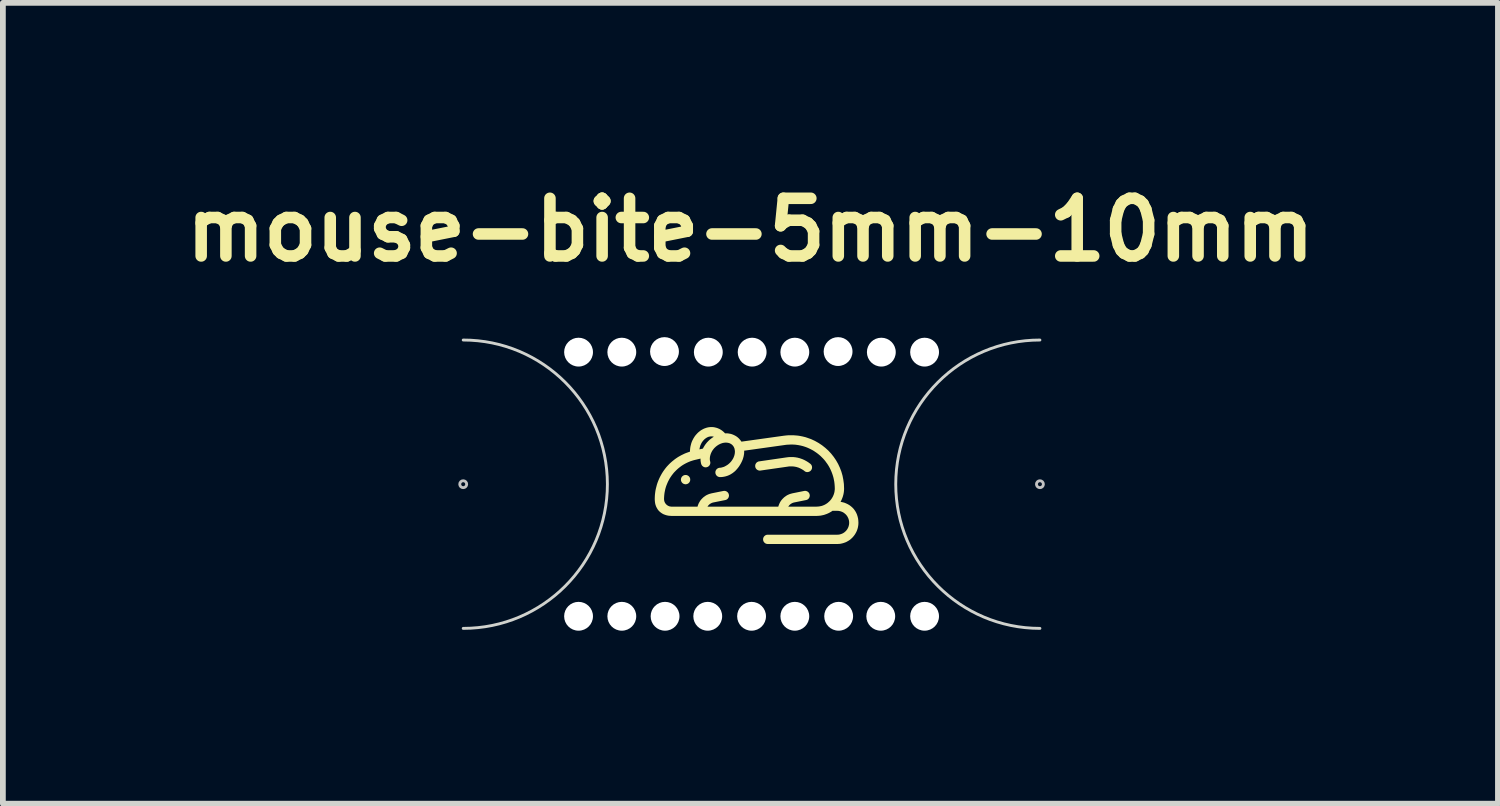
<source format=kicad_pcb>
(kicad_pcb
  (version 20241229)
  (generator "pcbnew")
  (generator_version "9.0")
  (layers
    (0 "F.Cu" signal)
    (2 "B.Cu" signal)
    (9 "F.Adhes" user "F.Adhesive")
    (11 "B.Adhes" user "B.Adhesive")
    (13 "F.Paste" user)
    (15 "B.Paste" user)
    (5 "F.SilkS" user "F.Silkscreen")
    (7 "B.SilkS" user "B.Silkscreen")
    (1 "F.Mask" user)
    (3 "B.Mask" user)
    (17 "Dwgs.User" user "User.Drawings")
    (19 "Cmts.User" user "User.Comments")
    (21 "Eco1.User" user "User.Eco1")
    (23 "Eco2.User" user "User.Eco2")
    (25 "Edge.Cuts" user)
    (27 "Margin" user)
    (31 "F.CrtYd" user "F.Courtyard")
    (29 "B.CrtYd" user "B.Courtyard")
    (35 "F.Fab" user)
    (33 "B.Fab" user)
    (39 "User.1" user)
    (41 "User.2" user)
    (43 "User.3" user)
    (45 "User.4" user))
  (footprint "mouse-bite-5mm-10mm"
    (layer "F.Cu")
    (at 9.982 5.346)
    (property "Reference" "mouse-bite-5mm-10mm" (at -0.02 -4.41 0) (layer "F.SilkS") (effects (font (size 1 1) (thickness 0.2))))
    (attr through_hole)
    (fp_poly (pts (xy -1.14 -0.16) (xy -1.136 -0.16) (xy -1.132 -0.159) (xy -1.128 -0.158) (xy -1.124 -0.158) (xy -1.12 -0.156) (xy -1.116 -0.155) (xy -1.113 -0.154) (xy -1.109 -0.152) (xy -1.106 -0.15) (xy -1.102 -0.148) (xy -1.099 -0.146) (xy -1.096 -0.144) (xy -1.093 -0.142) (xy -1.09 -0.139) (xy -1.087 -0.136) (xy -1.085 -0.134) (xy -1.082 -0.131) (xy -1.08 -0.128) (xy -1.077 -0.125) (xy -1.075 -0.121) (xy -1.073 -0.118) (xy -1.072 -0.114) (xy -1.07 -0.111) (xy -1.068 -0.107) (xy -1.067 -0.103) (xy -1.066 -0.1) (xy -1.065 -0.096) (xy -1.065 -0.092) (xy -1.064 -0.088) (xy -1.064 -0.084) (xy -1.064 -0.08) (xy -1.064 -0.075) (xy -1.064 -0.071) (xy -1.065 -0.067) (xy -1.065 -0.063) (xy -1.066 -0.059) (xy -1.067 -0.056) (xy -1.068 -0.052) (xy -1.07 -0.048) (xy -1.072 -0.045) (xy -1.073 -0.041) (xy -1.075 -0.038) (xy -1.077 -0.035) (xy -1.08 -0.031) (xy -1.082 -0.028) (xy -1.085 -0.025) (xy -1.087 -0.023) (xy -1.09 -0.02) (xy -1.093 -0.017) (xy -1.096 -0.015) (xy -1.099 -0.013) (xy -1.102 -0.011) (xy -1.106 -0.009) (xy -1.109 -0.007) (xy -1.113 -0.005) (xy -1.116 -0.004) (xy -1.12 -0.003) (xy -1.124 -0.002) (xy -1.128 -0.001) (xy -1.132 0.000097) (xy -1.136 0.001) (xy -1.14 0.001) (xy -1.144 0.001) (xy -1.148 0.001) (xy -1.152 0.001) (xy -1.156 0.000097) (xy -1.16 -0.001) (xy -1.164 -0.002) (xy -1.168 -0.003) (xy -1.172 -0.004) (xy -1.175 -0.005) (xy -1.179 -0.007) (xy -1.183 -0.009) (xy -1.186 -0.011) (xy -1.189 -0.013) (xy -1.192 -0.015) (xy -1.195 -0.017) (xy -1.198 -0.02) (xy -1.201 -0.023) (xy -1.204 -0.025) (xy -1.206 -0.028) (xy -1.209 -0.031) (xy -1.211 -0.035) (xy -1.213 -0.038) (xy -1.215 -0.041) (xy -1.217 -0.045) (xy -1.218 -0.048) (xy -1.22 -0.052) (xy -1.221 -0.056) (xy -1.222 -0.059) (xy -1.223 -0.063) (xy -1.224 -0.067) (xy -1.224 -0.071) (xy -1.225 -0.075) (xy -1.225 -0.08) (xy -1.225 -0.084) (xy -1.224 -0.088) (xy -1.224 -0.092) (xy -1.223 -0.096) (xy -1.222 -0.1) (xy -1.221 -0.103) (xy -1.22 -0.107) (xy -1.218 -0.111) (xy -1.217 -0.114) (xy -1.215 -0.118) (xy -1.213 -0.121) (xy -1.211 -0.125) (xy -1.209 -0.128) (xy -1.206 -0.131) (xy -1.204 -0.134) (xy -1.201 -0.136) (xy -1.198 -0.139) (xy -1.195 -0.142) (xy -1.192 -0.144) (xy -1.189 -0.146) (xy -1.186 -0.148) (xy -1.183 -0.15) (xy -1.179 -0.152) (xy -1.175 -0.154) (xy -1.172 -0.155) (xy -1.168 -0.156) (xy -1.164 -0.158) (xy -1.16 -0.158) (xy -1.156 -0.159) (xy -1.152 -0.16) (xy -1.148 -0.16) (xy -1.144 -0.16)) (stroke (width -0.000001) (type solid)) (fill yes) (layer "F.SilkS"))
    (fp_poly (pts (xy 0.699 -0.471) (xy 0.715 -0.471) (xy 0.73 -0.47) (xy 0.745 -0.468) (xy 0.76 -0.467) (xy 0.774 -0.464) (xy 0.789 -0.462) (xy 0.803 -0.459) (xy 0.817 -0.455) (xy 0.831 -0.452) (xy 0.845 -0.447) (xy 0.857 -0.443) (xy 0.868 -0.439) (xy 0.88 -0.435) (xy 0.891 -0.43) (xy 0.903 -0.425) (xy 0.914 -0.42) (xy 0.925 -0.414) (xy 0.936 -0.408) (xy 0.946 -0.403) (xy 0.957 -0.396) (xy 0.968 -0.39) (xy 0.978 -0.383) (xy 0.988 -0.377) (xy 0.998 -0.369) (xy 1.008 -0.362) (xy 1.018 -0.355) (xy 1.021 -0.352) (xy 1.024 -0.349) (xy 1.027 -0.346) (xy 1.03 -0.343) (xy 1.032 -0.34) (xy 1.035 -0.337) (xy 1.037 -0.334) (xy 1.039 -0.33) (xy 1.041 -0.327) (xy 1.042 -0.323) (xy 1.044 -0.32) (xy 1.045 -0.316) (xy 1.046 -0.312) (xy 1.047 -0.308) (xy 1.048 -0.305) (xy 1.048 -0.301) (xy 1.048 -0.297) (xy 1.049 -0.293) (xy 1.049 -0.289) (xy 1.048 -0.285) (xy 1.048 -0.282) (xy 1.047 -0.278) (xy 1.047 -0.274) (xy 1.046 -0.27) (xy 1.045 -0.266) (xy 1.043 -0.263) (xy 1.042 -0.259) (xy 1.04 -0.255) (xy 1.038 -0.252) (xy 1.036 -0.248) (xy 1.034 -0.245) (xy 1.031 -0.241) (xy 1.028 -0.238) (xy 1.025 -0.234) (xy 1.021 -0.231) (xy 1.018 -0.228) (xy 1.014 -0.225) (xy 1.01 -0.223) (xy 1.007 -0.221) (xy 1.003 -0.219) (xy 0.998 -0.217) (xy 0.994 -0.215) (xy 0.99 -0.214) (xy 0.986 -0.213) (xy 0.981 -0.212) (xy 0.977 -0.211) (xy 0.972 -0.211) (xy 0.968 -0.211) (xy 0.963 -0.211) (xy 0.959 -0.211) (xy 0.955 -0.211) (xy 0.952 -0.212) (xy 0.948 -0.213) (xy 0.945 -0.213) (xy 0.942 -0.214) (xy 0.939 -0.215) (xy 0.936 -0.216) (xy 0.934 -0.218) (xy 0.931 -0.219) (xy 0.928 -0.221) (xy 0.926 -0.222) (xy 0.923 -0.224) (xy 0.92 -0.226) (xy 0.918 -0.228) (xy 0.911 -0.234) (xy 0.904 -0.239) (xy 0.897 -0.244) (xy 0.889 -0.249) (xy 0.882 -0.253) (xy 0.875 -0.258) (xy 0.867 -0.262) (xy 0.86 -0.266) (xy 0.852 -0.27) (xy 0.844 -0.274) (xy 0.836 -0.278) (xy 0.828 -0.281) (xy 0.82 -0.285) (xy 0.812 -0.288) (xy 0.804 -0.291) (xy 0.795 -0.293) (xy 0.789 -0.295) (xy 0.783 -0.297) (xy 0.776 -0.299) (xy 0.77 -0.3) (xy 0.757 -0.303) (xy 0.743 -0.305) (xy 0.73 -0.307) (xy 0.716 -0.308) (xy 0.702 -0.309) (xy 0.687 -0.309) (xy 0.675 -0.309) (xy 0.665 -0.309) (xy 0.657 -0.309) (xy 0.651 -0.308) (xy 0.646 -0.308) (xy 0.641 -0.307) (xy 0.629 -0.305) (xy 0.155 -0.237) (xy 0.151 -0.236) (xy 0.147 -0.236) (xy 0.143 -0.236) (xy 0.139 -0.236) (xy 0.135 -0.236) (xy 0.131 -0.237) (xy 0.127 -0.238) (xy 0.123 -0.238) (xy 0.119 -0.24) (xy 0.115 -0.241) (xy 0.112 -0.242) (xy 0.108 -0.244) (xy 0.105 -0.246) (xy 0.101 -0.248) (xy 0.098 -0.25) (xy 0.095 -0.252) (xy 0.092 -0.254) (xy 0.089 -0.257) (xy 0.086 -0.26) (xy 0.084 -0.262) (xy 0.081 -0.265) (xy 0.079 -0.268) (xy 0.076 -0.272) (xy 0.074 -0.275) (xy 0.072 -0.278) (xy 0.071 -0.282) (xy 0.069 -0.285) (xy 0.067 -0.289) (xy 0.066 -0.293) (xy 0.065 -0.297) (xy 0.064 -0.301) (xy 0.064 -0.305) (xy 0.063 -0.309) (xy 0.063 -0.313) (xy 0.063 -0.317) (xy 0.063 -0.321) (xy 0.063 -0.325) (xy 0.064 -0.329) (xy 0.064 -0.333) (xy 0.065 -0.337) (xy 0.066 -0.341) (xy 0.068 -0.344) (xy 0.069 -0.348) (xy 0.071 -0.352) (xy 0.073 -0.355) (xy 0.074 -0.358) (xy 0.077 -0.362) (xy 0.079 -0.365) (xy 0.081 -0.368) (xy 0.084 -0.371) (xy 0.086 -0.374) (xy 0.089 -0.376) (xy 0.092 -0.379) (xy 0.095 -0.381) (xy 0.098 -0.383) (xy 0.102 -0.385) (xy 0.105 -0.387) (xy 0.109 -0.389) (xy 0.112 -0.391) (xy 0.116 -0.392) (xy 0.12 -0.394) (xy 0.124 -0.395) (xy 0.128 -0.396) (xy 0.132 -0.396) (xy 0.606 -0.465) (xy 0.622 -0.467) (xy 0.638 -0.469) (xy 0.653 -0.47) (xy 0.669 -0.471) (xy 0.684 -0.471)) (stroke (width -0.000001) (type solid)) (fill yes) (layer "F.SilkS"))
    (fp_poly (pts (xy -0.669 -0.99) (xy -0.651 -0.988) (xy -0.637 -0.985) (xy -0.624 -0.982) (xy -0.611 -0.979) (xy -0.597 -0.974) (xy -0.584 -0.97) (xy -0.572 -0.964) (xy -0.559 -0.959) (xy -0.547 -0.952) (xy -0.535 -0.945) (xy -0.524 -0.938) (xy -0.512 -0.93) (xy -0.501 -0.921) (xy -0.49 -0.912) (xy -0.48 -0.903) (xy -0.47 -0.893) (xy -0.46 -0.882) (xy -0.447 -0.882) (xy -0.433 -0.882) (xy -0.42 -0.882) (xy -0.407 -0.88) (xy -0.394 -0.879) (xy -0.381 -0.876) (xy -0.368 -0.874) (xy -0.355 -0.871) (xy -0.343 -0.867) (xy -0.331 -0.863) (xy -0.319 -0.858) (xy -0.307 -0.853) (xy -0.295 -0.847) (xy -0.284 -0.841) (xy -0.273 -0.835) (xy -0.262 -0.828) (xy -0.255 -0.823) (xy -0.249 -0.818) (xy -0.243 -0.814) (xy -0.237 -0.809) (xy -0.231 -0.803) (xy -0.225 -0.798) (xy -0.22 -0.793) (xy -0.214 -0.787) (xy -0.209 -0.781) (xy -0.204 -0.775) (xy -0.199 -0.769) (xy -0.194 -0.763) (xy -0.189 -0.757) (xy -0.184 -0.751) (xy -0.18 -0.744) (xy -0.176 -0.738) (xy 0.554 -0.84) (xy 0.58 -0.843) (xy 0.606 -0.846) (xy 0.632 -0.848) (xy 0.658 -0.849) (xy 0.684 -0.849) (xy 0.71 -0.849) (xy 0.736 -0.848) (xy 0.762 -0.846) (xy 0.787 -0.844) (xy 0.813 -0.841) (xy 0.838 -0.837) (xy 0.863 -0.832) (xy 0.888 -0.827) (xy 0.912 -0.821) (xy 0.936 -0.815) (xy 0.96 -0.807) (xy 1.031 -0.782) (xy 1.098 -0.751) (xy 1.162 -0.715) (xy 1.222 -0.675) (xy 1.279 -0.63) (xy 1.332 -0.582) (xy 1.381 -0.529) (xy 1.425 -0.473) (xy 1.465 -0.414) (xy 1.501 -0.351) (xy 1.531 -0.286) (xy 1.557 -0.218) (xy 1.577 -0.149) (xy 1.591 -0.077) (xy 1.601 -0.003) (xy 1.604 0.072) (xy 1.604 0.088) (xy 1.603 0.103) (xy 1.602 0.119) (xy 1.6 0.134) (xy 1.598 0.15) (xy 1.595 0.165) (xy 1.592 0.18) (xy 1.588 0.194) (xy 1.584 0.209) (xy 1.58 0.223) (xy 1.574 0.237) (xy 1.569 0.251) (xy 1.563 0.265) (xy 1.557 0.279) (xy 1.55 0.292) (xy 1.543 0.305) (xy 1.575 0.312) (xy 1.607 0.32) (xy 1.637 0.332) (xy 1.665 0.345) (xy 1.679 0.353) (xy 1.693 0.361) (xy 1.706 0.37) (xy 1.718 0.379) (xy 1.73 0.389) (xy 1.742 0.399) (xy 1.753 0.41) (xy 1.764 0.421) (xy 1.774 0.433) (xy 1.783 0.445) (xy 1.792 0.458) (xy 1.801 0.472) (xy 1.809 0.486) (xy 1.816 0.5) (xy 1.823 0.515) (xy 1.829 0.53) (xy 1.834 0.546) (xy 1.839 0.562) (xy 1.843 0.579) (xy 1.847 0.596) (xy 1.849 0.613) (xy 1.851 0.631) (xy 1.852 0.65) (xy 1.853 0.669) (xy 1.852 0.688) (xy 1.851 0.706) (xy 1.848 0.725) (xy 1.845 0.743) (xy 1.841 0.761) (xy 1.836 0.778) (xy 1.83 0.795) (xy 1.824 0.812) (xy 1.816 0.828) (xy 1.808 0.844) (xy 1.799 0.859) (xy 1.79 0.874) (xy 1.779 0.889) (xy 1.768 0.903) (xy 1.757 0.916) (xy 1.745 0.929) (xy 1.732 0.941) (xy 1.719 0.953) (xy 1.705 0.964) (xy 1.69 0.974) (xy 1.675 0.984) (xy 1.66 0.992) (xy 1.644 1.001) (xy 1.628 1.008) (xy 1.611 1.014) (xy 1.594 1.02) (xy 1.576 1.025) (xy 1.559 1.029) (xy 1.54 1.033) (xy 1.522 1.035) (xy 1.503 1.036) (xy 1.484 1.037) (xy 0.28 1.037) (xy 0.276 1.037) (xy 0.272 1.036) (xy 0.268 1.036) (xy 0.264 1.035) (xy 0.26 1.034) (xy 0.256 1.033) (xy 0.253 1.032) (xy 0.249 1.031) (xy 0.245 1.029) (xy 0.242 1.027) (xy 0.238 1.025) (xy 0.235 1.023) (xy 0.232 1.021) (xy 0.229 1.018) (xy 0.226 1.016) (xy 0.223 1.013) (xy 0.221 1.01) (xy 0.218 1.008) (xy 0.216 1.004) (xy 0.213 1.001) (xy 0.211 0.998) (xy 0.209 0.995) (xy 0.208 0.991) (xy 0.206 0.988) (xy 0.205 0.984) (xy 0.203 0.98) (xy 0.202 0.976) (xy 0.201 0.973) (xy 0.201 0.969) (xy 0.2 0.965) (xy 0.2 0.96) (xy 0.2 0.956) (xy 0.2 0.952) (xy 0.2 0.948) (xy 0.201 0.944) (xy 0.201 0.94) (xy 0.202 0.936) (xy 0.203 0.932) (xy 0.205 0.929) (xy 0.206 0.925) (xy 0.208 0.921) (xy 0.209 0.918) (xy 0.211 0.915) (xy 0.213 0.911) (xy 0.216 0.908) (xy 0.218 0.905) (xy 0.221 0.902) (xy 0.223 0.899) (xy 0.226 0.897) (xy 0.229 0.894) (xy 0.232 0.892) (xy 0.235 0.89) (xy 0.238 0.887) (xy 0.242 0.885) (xy 0.245 0.884) (xy 0.249 0.882) (xy 0.253 0.881) (xy 0.256 0.879) (xy 0.26 0.878) (xy 0.264 0.877) (xy 0.268 0.877) (xy 0.272 0.876) (xy 0.276 0.876) (xy 0.28 0.876) (xy 1.485 0.876) (xy 1.495 0.875) (xy 1.506 0.875) (xy 1.516 0.873) (xy 1.526 0.872) (xy 1.536 0.869) (xy 1.546 0.866) (xy 1.556 0.863) (xy 1.565 0.859) (xy 1.575 0.855) (xy 1.583 0.851) (xy 1.592 0.846) (xy 1.601 0.84) (xy 1.609 0.835) (xy 1.616 0.828) (xy 1.624 0.822) (xy 1.631 0.815) (xy 1.638 0.808) (xy 1.645 0.8) (xy 1.651 0.792) (xy 1.657 0.784) (xy 1.662 0.776) (xy 1.667 0.767) (xy 1.671 0.758) (xy 1.676 0.749) (xy 1.679 0.74) (xy 1.683 0.73) (xy 1.685 0.72) (xy 1.688 0.71) (xy 1.69 0.7) (xy 1.691 0.69) (xy 1.692 0.679) (xy 1.692 0.669) (xy 1.692 0.658) (xy 1.691 0.647) (xy 1.69 0.637) (xy 1.688 0.627) (xy 1.685 0.617) (xy 1.683 0.607) (xy 1.679 0.597) (xy 1.676 0.588) (xy 1.671 0.579) (xy 1.667 0.57) (xy 1.662 0.561) (xy 1.657 0.553) (xy 1.651 0.545) (xy 1.645 0.537) (xy 1.638 0.529) (xy 1.631 0.522) (xy 1.624 0.515) (xy 1.616 0.509) (xy 1.609 0.503) (xy 1.601 0.497) (xy 1.592 0.491) (xy 1.583 0.486) (xy 1.575 0.482) (xy 1.565 0.478) (xy 1.556 0.474) (xy 1.546 0.471) (xy 1.536 0.468) (xy 1.526 0.466) (xy 1.516 0.464) (xy 1.506 0.462) (xy 1.495 0.462) (xy 1.485 0.461) (xy 1.403 0.461) (xy 1.388 0.472) (xy 1.373 0.481) (xy 1.357 0.49) (xy 1.341 0.499) (xy 1.325 0.506) (xy 1.308 0.514) (xy 1.291 0.52) (xy 1.274 0.526) (xy 1.257 0.532) (xy 1.239 0.536) (xy 1.221 0.54) (xy 1.202 0.544) (xy 1.184 0.546) (xy 1.165 0.548) (xy 1.146 0.549) (xy 1.127 0.55) (xy -1.387 0.55) (xy -1.417 0.548) (xy -1.431 0.547) (xy -1.446 0.545) (xy -1.46 0.542) (xy -1.474 0.539) (xy -1.487 0.535) (xy -1.5 0.531) (xy -1.513 0.526) (xy -1.526 0.521) (xy -1.538 0.515) (xy -1.55 0.508) (xy -1.561 0.501) (xy -1.572 0.493) (xy -1.583 0.485) (xy -1.593 0.476) (xy -1.603 0.467) (xy -1.612 0.457) (xy -1.621 0.446) (xy -1.629 0.435) (xy -1.636 0.423) (xy -1.643 0.411) (xy -1.65 0.398) (xy -1.656 0.385) (xy -1.661 0.371) (xy -1.666 0.356) (xy -1.67 0.341) (xy -1.673 0.326) (xy -1.675 0.31) (xy -1.677 0.293) (xy -1.678 0.276) (xy -1.679 0.258) (xy -1.518 0.258) (xy -1.517 0.265) (xy -1.517 0.272) (xy -1.516 0.278) (xy -1.515 0.284) (xy -1.513 0.291) (xy -1.512 0.297) (xy -1.51 0.303) (xy -1.507 0.309) (xy -1.505 0.315) (xy -1.502 0.32) (xy -1.499 0.326) (xy -1.495 0.331) (xy -1.492 0.336) (xy -1.488 0.341) (xy -1.484 0.346) (xy -1.479 0.35) (xy -1.475 0.355) (xy -1.47 0.359) (xy -1.465 0.363) (xy -1.46 0.366) (xy -1.455 0.37) (xy -1.449 0.373) (xy -1.444 0.376) (xy -1.438 0.378) (xy -1.432 0.381) (xy -1.426 0.383) (xy -1.42 0.385) (xy -1.413 0.386) (xy -1.407 0.387) (xy -1.4 0.388) (xy -1.394 0.389) (xy -1.387 0.389) (xy -0.937 0.389) (xy -0.931 0.368) (xy -0.923 0.347) (xy -0.914 0.327) (xy -0.903 0.308) (xy -0.892 0.289) (xy -0.879 0.272) (xy -0.864 0.255) (xy -0.849 0.24) (xy -0.833 0.225) (xy -0.815 0.212) (xy -0.797 0.199) (xy -0.778 0.188) (xy -0.758 0.179) (xy -0.737 0.17) (xy -0.715 0.164) (xy -0.693 0.158) (xy -0.489 0.117) (xy -0.484 0.117) (xy -0.48 0.116) (xy -0.476 0.116) (xy -0.472 0.116) (xy -0.468 0.116) (xy -0.464 0.116) (xy -0.46 0.117) (xy -0.456 0.117) (xy -0.453 0.118) (xy -0.449 0.119) (xy -0.445 0.121) (xy -0.442 0.122) (xy -0.438 0.124) (xy -0.435 0.125) (xy -0.431 0.127) (xy -0.428 0.129) (xy -0.425 0.131) (xy -0.422 0.134) (xy -0.419 0.136) (xy -0.416 0.139) (xy -0.413 0.142) (xy -0.411 0.145) (xy -0.408 0.148) (xy -0.406 0.151) (xy -0.404 0.154) (xy -0.402 0.158) (xy -0.4 0.161) (xy -0.398 0.165) (xy -0.397 0.169) (xy -0.396 0.172) (xy -0.395 0.176) (xy -0.394 0.18) (xy -0.393 0.185) (xy -0.392 0.189) (xy -0.392 0.193) (xy -0.392 0.197) (xy -0.392 0.201) (xy -0.392 0.205) (xy -0.393 0.209) (xy -0.394 0.212) (xy -0.395 0.216) (xy -0.396 0.22) (xy -0.397 0.224) (xy -0.398 0.227) (xy -0.4 0.231) (xy -0.402 0.234) (xy -0.403 0.238) (xy -0.406 0.241) (xy -0.408 0.244) (xy -0.41 0.247) (xy -0.413 0.25) (xy -0.415 0.253) (xy -0.418 0.256) (xy -0.421 0.258) (xy -0.424 0.261) (xy -0.427 0.263) (xy -0.431 0.265) (xy -0.434 0.267) (xy -0.438 0.269) (xy -0.441 0.27) (xy -0.445 0.272) (xy -0.449 0.273) (xy -0.453 0.274) (xy -0.457 0.275) (xy -0.661 0.316) (xy -0.669 0.318) (xy -0.677 0.32) (xy -0.685 0.323) (xy -0.693 0.326) (xy -0.7 0.33) (xy -0.707 0.333) (xy -0.714 0.338) (xy -0.721 0.342) (xy -0.727 0.347) (xy -0.734 0.352) (xy -0.739 0.358) (xy -0.745 0.363) (xy -0.75 0.369) (xy -0.755 0.376) (xy -0.76 0.382) (xy -0.764 0.389) (xy 0.463 0.389) (xy 0.47 0.368) (xy 0.478 0.347) (xy 0.487 0.327) (xy 0.497 0.308) (xy 0.509 0.289) (xy 0.522 0.272) (xy 0.537 0.255) (xy 0.552 0.24) (xy 0.568 0.225) (xy 0.586 0.212) (xy 0.604 0.199) (xy 0.623 0.188) (xy 0.643 0.179) (xy 0.664 0.17) (xy 0.686 0.164) (xy 0.708 0.158) (xy 0.912 0.117) (xy 0.917 0.117) (xy 0.921 0.116) (xy 0.925 0.116) (xy 0.929 0.116) (xy 0.933 0.116) (xy 0.937 0.116) (xy 0.941 0.117) (xy 0.944 0.117) (xy 0.948 0.118) (xy 0.952 0.119) (xy 0.956 0.121) (xy 0.959 0.122) (xy 0.963 0.124) (xy 0.966 0.125) (xy 0.97 0.127) (xy 0.973 0.129) (xy 0.976 0.131) (xy 0.979 0.134) (xy 0.982 0.136) (xy 0.985 0.139) (xy 0.988 0.142) (xy 0.99 0.145) (xy 0.993 0.148) (xy 0.995 0.151) (xy 0.997 0.154) (xy 0.999 0.158) (xy 1.001 0.161) (xy 1.003 0.165) (xy 1.004 0.169) (xy 1.005 0.172) (xy 1.006 0.176) (xy 1.007 0.18) (xy 1.008 0.185) (xy 1.009 0.189) (xy 1.009 0.193) (xy 1.009 0.197) (xy 1.009 0.201) (xy 1.008 0.205) (xy 1.008 0.209) (xy 1.007 0.212) (xy 1.006 0.216) (xy 1.005 0.22) (xy 1.004 0.224) (xy 1.003 0.227) (xy 1.001 0.231) (xy 0.999 0.234) (xy 0.997 0.238) (xy 0.995 0.241) (xy 0.993 0.244) (xy 0.991 0.247) (xy 0.988 0.25) (xy 0.986 0.253) (xy 0.983 0.256) (xy 0.98 0.258) (xy 0.977 0.261) (xy 0.974 0.263) (xy 0.97 0.265) (xy 0.967 0.267) (xy 0.963 0.269) (xy 0.96 0.27) (xy 0.956 0.272) (xy 0.952 0.273) (xy 0.948 0.274) (xy 0.944 0.275) (xy 0.74 0.316) (xy 0.732 0.318) (xy 0.724 0.32) (xy 0.716 0.323) (xy 0.708 0.326) (xy 0.701 0.33) (xy 0.694 0.333) (xy 0.687 0.338) (xy 0.68 0.342) (xy 0.674 0.347) (xy 0.667 0.352) (xy 0.662 0.358) (xy 0.656 0.363) (xy 0.651 0.369) (xy 0.646 0.376) (xy 0.641 0.382) (xy 0.637 0.389) (xy 1.127 0.389) (xy 1.127 0.389) (xy 1.143 0.388) (xy 1.159 0.387) (xy 1.175 0.385) (xy 1.19 0.382) (xy 1.206 0.379) (xy 1.221 0.375) (xy 1.235 0.37) (xy 1.25 0.364) (xy 1.264 0.358) (xy 1.277 0.351) (xy 1.291 0.343) (xy 1.303 0.335) (xy 1.316 0.326) (xy 1.328 0.316) (xy 1.339 0.306) (xy 1.35 0.296) (xy 1.361 0.285) (xy 1.371 0.273) (xy 1.38 0.262) (xy 1.389 0.249) (xy 1.397 0.236) (xy 1.405 0.223) (xy 1.412 0.209) (xy 1.418 0.195) (xy 1.424 0.181) (xy 1.429 0.166) (xy 1.433 0.151) (xy 1.437 0.136) (xy 1.439 0.121) (xy 1.441 0.105) (xy 1.443 0.089) (xy 1.443 0.072) (xy 1.442 0.041) (xy 1.44 0.011) (xy 1.437 -0.02) (xy 1.433 -0.05) (xy 1.427 -0.08) (xy 1.421 -0.109) (xy 1.413 -0.138) (xy 1.404 -0.167) (xy 1.394 -0.195) (xy 1.383 -0.223) (xy 1.371 -0.25) (xy 1.358 -0.277) (xy 1.344 -0.303) (xy 1.329 -0.328) (xy 1.313 -0.353) (xy 1.295 -0.377) (xy 1.278 -0.401) (xy 1.259 -0.424) (xy 1.239 -0.446) (xy 1.218 -0.467) (xy 1.197 -0.488) (xy 1.175 -0.507) (xy 1.152 -0.526) (xy 1.128 -0.544) (xy 1.103 -0.561) (xy 1.078 -0.578) (xy 1.052 -0.593) (xy 1.025 -0.607) (xy 0.998 -0.62) (xy 0.969 -0.633) (xy 0.941 -0.644) (xy 0.911 -0.654) (xy 0.892 -0.66) (xy 0.872 -0.665) (xy 0.852 -0.67) (xy 0.831 -0.674) (xy 0.811 -0.678) (xy 0.79 -0.681) (xy 0.769 -0.684) (xy 0.748 -0.686) (xy 0.727 -0.687) (xy 0.706 -0.688) (xy 0.684 -0.688) (xy 0.663 -0.687) (xy 0.641 -0.686) (xy 0.62 -0.685) (xy 0.598 -0.683) (xy 0.577 -0.68) (xy -0.129 -0.581) (xy -0.128 -0.563) (xy -0.129 -0.546) (xy -0.13 -0.528) (xy -0.133 -0.51) (xy -0.136 -0.492) (xy -0.14 -0.474) (xy -0.145 -0.457) (xy -0.15 -0.439) (xy -0.157 -0.421) (xy -0.164 -0.404) (xy -0.172 -0.387) (xy -0.181 -0.369) (xy -0.19 -0.352) (xy -0.2 -0.336) (xy -0.21 -0.319) (xy -0.221 -0.303) (xy -0.233 -0.287) (xy -0.245 -0.272) (xy -0.257 -0.258) (xy -0.269 -0.245) (xy -0.281 -0.232) (xy -0.293 -0.221) (xy -0.306 -0.211) (xy -0.318 -0.201) (xy -0.33 -0.192) (xy -0.343 -0.184) (xy -0.355 -0.176) (xy -0.367 -0.169) (xy -0.379 -0.163) (xy -0.391 -0.157) (xy -0.403 -0.152) (xy -0.415 -0.147) (xy -0.437 -0.14) (xy -0.458 -0.134) (xy -0.478 -0.13) (xy -0.496 -0.127) (xy -0.512 -0.125) (xy -0.526 -0.124) (xy -0.547 -0.124) (xy -0.551 -0.124) (xy -0.555 -0.124) (xy -0.559 -0.124) (xy -0.563 -0.125) (xy -0.566 -0.126) (xy -0.57 -0.127) (xy -0.573 -0.128) (xy -0.577 -0.129) (xy -0.58 -0.131) (xy -0.584 -0.132) (xy -0.587 -0.134) (xy -0.59 -0.136) (xy -0.593 -0.138) (xy -0.596 -0.14) (xy -0.599 -0.143) (xy -0.602 -0.145) (xy -0.604 -0.148) (xy -0.607 -0.15) (xy -0.609 -0.153) (xy -0.612 -0.156) (xy -0.614 -0.159) (xy -0.616 -0.162) (xy -0.618 -0.166) (xy -0.619 -0.169) (xy -0.621 -0.172) (xy -0.622 -0.176) (xy -0.624 -0.18) (xy -0.625 -0.183) (xy -0.626 -0.187) (xy -0.626 -0.191) (xy -0.627 -0.195) (xy -0.627 -0.199) (xy -0.628 -0.203) (xy -0.628 -0.207) (xy -0.627 -0.211) (xy -0.627 -0.215) (xy -0.626 -0.219) (xy -0.626 -0.223) (xy -0.625 -0.227) (xy -0.623 -0.23) (xy -0.622 -0.234) (xy -0.62 -0.238) (xy -0.619 -0.241) (xy -0.617 -0.245) (xy -0.615 -0.248) (xy -0.613 -0.251) (xy -0.61 -0.254) (xy -0.608 -0.257) (xy -0.605 -0.26) (xy -0.603 -0.263) (xy -0.6 -0.265) (xy -0.597 -0.268) (xy -0.594 -0.27) (xy -0.59 -0.272) (xy -0.587 -0.274) (xy -0.584 -0.276) (xy -0.58 -0.278) (xy -0.576 -0.279) (xy -0.573 -0.281) (xy -0.569 -0.282) (xy -0.565 -0.283) (xy -0.561 -0.284) (xy -0.557 -0.284) (xy -0.553 -0.285) (xy -0.539 -0.286) (xy -0.525 -0.288) (xy -0.511 -0.292) (xy -0.497 -0.296) (xy -0.483 -0.3) (xy -0.469 -0.306) (xy -0.456 -0.313) (xy -0.443 -0.32) (xy -0.43 -0.328) (xy -0.417 -0.336) (xy -0.405 -0.345) (xy -0.393 -0.355) (xy -0.381 -0.366) (xy -0.37 -0.377) (xy -0.359 -0.389) (xy -0.349 -0.401) (xy -0.341 -0.413) (xy -0.333 -0.424) (xy -0.326 -0.436) (xy -0.319 -0.448) (xy -0.313 -0.46) (xy -0.308 -0.473) (xy -0.303 -0.485) (xy -0.299 -0.497) (xy -0.296 -0.51) (xy -0.293 -0.522) (xy -0.291 -0.534) (xy -0.29 -0.547) (xy -0.289 -0.559) (xy -0.289 -0.571) (xy -0.29 -0.583) (xy -0.292 -0.595) (xy -0.293 -0.6) (xy -0.294 -0.606) (xy -0.295 -0.613) (xy -0.297 -0.619) (xy -0.299 -0.626) (xy -0.302 -0.632) (xy -0.305 -0.639) (xy -0.308 -0.645) (xy -0.312 -0.652) (xy -0.316 -0.659) (xy -0.321 -0.665) (xy -0.326 -0.671) (xy -0.332 -0.678) (xy -0.335 -0.681) (xy -0.338 -0.684) (xy -0.341 -0.686) (xy -0.345 -0.689) (xy -0.349 -0.692) (xy -0.352 -0.695) (xy -0.361 -0.7) (xy -0.369 -0.704) (xy -0.378 -0.709) (xy -0.387 -0.712) (xy -0.396 -0.715) (xy -0.406 -0.717) (xy -0.416 -0.719) (xy -0.426 -0.72) (xy -0.436 -0.721) (xy -0.446 -0.721) (xy -0.456 -0.721) (xy -0.467 -0.72) (xy -0.477 -0.719) (xy -0.488 -0.717) (xy -0.499 -0.715) (xy -0.509 -0.712) (xy -0.52 -0.708) (xy -0.531 -0.705) (xy -0.541 -0.7) (xy -0.552 -0.695) (xy -0.562 -0.69) (xy -0.572 -0.685) (xy -0.582 -0.678) (xy -0.592 -0.672) (xy -0.602 -0.665) (xy -0.612 -0.657) (xy -0.621 -0.65) (xy -0.63 -0.641) (xy -0.639 -0.633) (xy -0.648 -0.624) (xy -0.656 -0.614) (xy -0.664 -0.604) (xy -0.673 -0.592) (xy -0.682 -0.579) (xy -0.689 -0.566) (xy -0.696 -0.553) (xy -0.702 -0.539) (xy -0.708 -0.526) (xy -0.712 -0.512) (xy -0.716 -0.499) (xy -0.719 -0.485) (xy -0.722 -0.472) (xy -0.723 -0.458) (xy -0.724 -0.445) (xy -0.724 -0.432) (xy -0.723 -0.419) (xy -0.721 -0.406) (xy -0.718 -0.394) (xy -0.717 -0.39) (xy -0.716 -0.386) (xy -0.716 -0.382) (xy -0.715 -0.378) (xy -0.715 -0.374) (xy -0.715 -0.37) (xy -0.715 -0.366) (xy -0.716 -0.362) (xy -0.717 -0.358) (xy -0.717 -0.354) (xy -0.718 -0.35) (xy -0.72 -0.347) (xy -0.721 -0.343) (xy -0.723 -0.339) (xy -0.724 -0.336) (xy -0.726 -0.333) (xy -0.728 -0.329) (xy -0.73 -0.326) (xy -0.733 -0.323) (xy -0.735 -0.32) (xy -0.738 -0.317) (xy -0.741 -0.314) (xy -0.744 -0.312) (xy -0.747 -0.309) (xy -0.75 -0.307) (xy -0.753 -0.305) (xy -0.757 -0.303) (xy -0.76 -0.301) (xy -0.764 -0.299) (xy -0.768 -0.298) (xy -0.771 -0.297) (xy -0.775 -0.295) (xy -0.78 -0.295) (xy -0.784 -0.294) (xy -0.788 -0.293) (xy -0.792 -0.293) (xy -0.796 -0.293) (xy -0.8 -0.293) (xy -0.804 -0.293) (xy -0.808 -0.294) (xy -0.811 -0.294) (xy -0.815 -0.295) (xy -0.819 -0.296) (xy -0.823 -0.297) (xy -0.826 -0.299) (xy -0.83 -0.3) (xy -0.833 -0.302) (xy -0.837 -0.304) (xy -0.84 -0.306) (xy -0.843 -0.308) (xy -0.846 -0.311) (xy -0.849 -0.313) (xy -0.852 -0.316) (xy -0.855 -0.318) (xy -0.857 -0.321) (xy -0.86 -0.324) (xy -0.862 -0.328) (xy -0.864 -0.331) (xy -0.866 -0.334) (xy -0.868 -0.338) (xy -0.87 -0.341) (xy -0.871 -0.345) (xy -0.873 -0.349) (xy -0.874 -0.353) (xy -0.877 -0.364) (xy -0.879 -0.375) (xy -0.881 -0.386) (xy -0.883 -0.398) (xy -0.884 -0.409) (xy -0.885 -0.421) (xy -0.885 -0.432) (xy -0.885 -0.444) (xy -0.978 -0.422) (xy -1.006 -0.415) (xy -1.035 -0.406) (xy -1.062 -0.397) (xy -1.089 -0.386) (xy -1.116 -0.374) (xy -1.142 -0.361) (xy -1.168 -0.347) (xy -1.193 -0.332) (xy -1.217 -0.316) (xy -1.241 -0.298) (xy -1.264 -0.28) (xy -1.286 -0.261) (xy -1.307 -0.241) (xy -1.328 -0.22) (xy -1.348 -0.199) (xy -1.366 -0.176) (xy -1.384 -0.153) (xy -1.401 -0.128) (xy -1.417 -0.104) (xy -1.431 -0.078) (xy -1.445 -0.052) (xy -1.457 -0.026) (xy -1.468 0.001) (xy -1.479 0.028) (xy -1.488 0.056) (xy -1.496 0.084) (xy -1.502 0.113) (xy -1.508 0.142) (xy -1.512 0.17) (xy -1.515 0.2) (xy -1.517 0.229) (xy -1.518 0.258) (xy -1.679 0.258) (xy -1.679 0.258) (xy -1.678 0.222) (xy -1.676 0.186) (xy -1.672 0.15) (xy -1.667 0.114) (xy -1.66 0.079) (xy -1.651 0.044) (xy -1.642 0.009) (xy -1.631 -0.025) (xy -1.618 -0.059) (xy -1.604 -0.092) (xy -1.589 -0.124) (xy -1.572 -0.156) (xy -1.554 -0.188) (xy -1.535 -0.218) (xy -1.514 -0.248) (xy -1.493 -0.276) (xy -1.472 -0.302) (xy -1.45 -0.326) (xy -1.427 -0.35) (xy -1.404 -0.372) (xy -1.379 -0.394) (xy -1.354 -0.414) (xy -1.329 -0.434) (xy -1.302 -0.453) (xy -1.275 -0.471) (xy -1.247 -0.487) (xy -1.218 -0.503) (xy -1.189 -0.517) (xy -1.16 -0.531) (xy -1.13 -0.543) (xy -1.099 -0.554) (xy -1.068 -0.565) (xy -1.068 -0.574) (xy -1.068 -0.584) (xy -1.067 -0.593) (xy -1.066 -0.603) (xy -1.066 -0.604) (xy -0.904 -0.604) (xy -0.843 -0.618) (xy -0.838 -0.629) (xy -0.832 -0.64) (xy -0.826 -0.651) (xy -0.819 -0.661) (xy -0.813 -0.672) (xy -0.806 -0.682) (xy -0.799 -0.692) (xy -0.791 -0.702) (xy -0.784 -0.711) (xy -0.777 -0.72) (xy -0.769 -0.729) (xy -0.761 -0.737) (xy -0.753 -0.746) (xy -0.745 -0.754) (xy -0.736 -0.762) (xy -0.728 -0.77) (xy -0.719 -0.777) (xy -0.71 -0.784) (xy -0.701 -0.791) (xy -0.692 -0.798) (xy -0.683 -0.805) (xy -0.673 -0.811) (xy -0.664 -0.817) (xy -0.654 -0.823) (xy -0.657 -0.824) (xy -0.659 -0.825) (xy -0.662 -0.825) (xy -0.664 -0.826) (xy -0.667 -0.826) (xy -0.669 -0.827) (xy -0.672 -0.827) (xy -0.675 -0.828) (xy -0.684 -0.829) (xy -0.694 -0.829) (xy -0.704 -0.829) (xy -0.713 -0.828) (xy -0.723 -0.827) (xy -0.732 -0.825) (xy -0.742 -0.823) (xy -0.751 -0.82) (xy -0.76 -0.816) (xy -0.769 -0.812) (xy -0.778 -0.807) (xy -0.786 -0.802) (xy -0.795 -0.796) (xy -0.803 -0.79) (xy -0.811 -0.784) (xy -0.819 -0.777) (xy -0.827 -0.769) (xy -0.834 -0.761) (xy -0.841 -0.753) (xy -0.848 -0.744) (xy -0.855 -0.735) (xy -0.861 -0.726) (xy -0.867 -0.716) (xy -0.872 -0.706) (xy -0.877 -0.696) (xy -0.882 -0.685) (xy -0.887 -0.674) (xy -0.891 -0.662) (xy -0.894 -0.651) (xy -0.897 -0.639) (xy -0.9 -0.627) (xy -0.902 -0.615) (xy -0.903 -0.612) (xy -0.903 -0.611) (xy -0.904 -0.609) (xy -0.904 -0.608) (xy -0.904 -0.607) (xy -0.904 -0.606) (xy -0.904 -0.606) (xy -0.904 -0.605) (xy -0.904 -0.604) (xy -1.066 -0.604) (xy -1.066 -0.612) (xy -1.064 -0.622) (xy -1.063 -0.631) (xy -1.062 -0.641) (xy -1.058 -0.661) (xy -1.053 -0.681) (xy -1.048 -0.701) (xy -1.042 -0.72) (xy -1.035 -0.739) (xy -1.027 -0.757) (xy -1.018 -0.774) (xy -1.009 -0.792) (xy -0.999 -0.808) (xy -0.989 -0.824) (xy -0.978 -0.84) (xy -0.966 -0.854) (xy -0.954 -0.868) (xy -0.941 -0.882) (xy -0.928 -0.895) (xy -0.914 -0.907) (xy -0.9 -0.918) (xy -0.886 -0.929) (xy -0.871 -0.939) (xy -0.855 -0.948) (xy -0.84 -0.956) (xy -0.824 -0.964) (xy -0.807 -0.97) (xy -0.791 -0.976) (xy -0.774 -0.981) (xy -0.757 -0.985) (xy -0.74 -0.988) (xy -0.722 -0.99) (xy -0.705 -0.991) (xy -0.687 -0.991)) (stroke (width -0.000001) (type solid)) (fill yes) (layer "F.SilkS"))
    (fp_circle (center -5 0) (end -4.94 0) (stroke (width 0.05) (type solid)) (fill no) (layer "Dwgs.User"))
    (fp_circle (center 5 0) (end 5.06 0) (stroke (width 0.05) (type solid)) (fill no) (layer "Dwgs.User"))
    (fp_arc (start -5 -2.5) (mid -2.5 0) (end -5 2.5) (stroke (width 0.05) (type solid)) (layer "Edge.Cuts"))
    (fp_arc (start 5 2.5) (mid 2.5 0) (end 5 -2.5) (stroke (width 0.05) (type solid)) (layer "Edge.Cuts"))
    (pad "" np_thru_hole circle (at -3 -2.29) (size 0.5 0.5) (drill 0.5) (layers "*.Cu" "*.Mask"))
    (pad "" np_thru_hole circle (at -3 2.29) (size 0.5 0.5) (drill 0.5) (layers "*.Cu" "*.Mask"))
    (pad "" np_thru_hole circle (at -2.25 -2.29) (size 0.5 0.5) (drill 0.5) (layers "*.Cu" "*.Mask"))
    (pad "" np_thru_hole circle (at -2.25 2.29) (size 0.5 0.5) (drill 0.5) (layers "*.Cu" "*.Mask"))
    (pad "" np_thru_hole circle (at -1.51 -2.3) (size 0.5 0.5) (drill 0.5) (layers "*.Cu" "*.Mask"))
    (pad "" np_thru_hole circle (at -1.5 2.29) (size 0.5 0.5) (drill 0.5) (layers "*.Cu" "*.Mask"))
    (pad "" np_thru_hole circle (at -0.76 2.29) (size 0.5 0.5) (drill 0.5) (layers "*.Cu" "*.Mask"))
    (pad "" np_thru_hole circle (at -0.75 -2.29) (size 0.5 0.5) (drill 0.5) (layers "*.Cu" "*.Mask"))
    (pad "" np_thru_hole circle (at 0 2.29) (size 0.5 0.5) (drill 0.5) (layers "*.Cu" "*.Mask"))
    (pad "" np_thru_hole circle (at 0.01 -2.29) (size 0.5 0.5) (drill 0.5) (layers "*.Cu" "*.Mask"))
    (pad "" np_thru_hole circle (at 0.75 -2.29) (size 0.5 0.5) (drill 0.5) (layers "*.Cu" "*.Mask"))
    (pad "" np_thru_hole circle (at 0.75 2.29) (size 0.5 0.5) (drill 0.5) (layers "*.Cu" "*.Mask"))
    (pad "" np_thru_hole circle (at 1.5 -2.3) (size 0.5 0.5) (drill 0.5) (layers "*.Cu" "*.Mask"))
    (pad "" np_thru_hole circle (at 1.51 2.29) (size 0.5 0.5) (drill 0.5) (layers "*.Cu" "*.Mask"))
    (pad "" np_thru_hole circle (at 2.24 2.29) (size 0.5 0.5) (drill 0.5) (layers "*.Cu" "*.Mask"))
    (pad "" np_thru_hole circle (at 2.25 -2.29) (size 0.5 0.5) (drill 0.5) (layers "*.Cu" "*.Mask"))
    (pad "" np_thru_hole circle (at 3 -2.29) (size 0.5 0.5) (drill 0.5) (layers "*.Cu" "*.Mask"))
    (pad "" np_thru_hole circle (at 3 2.29) (size 0.5 0.5) (drill 0.5) (layers "*.Cu" "*.Mask")))
  (gr_rect
    (start -3 -3)
    (end 22.924 10.886)
    (stroke (width 0.1) (type default))
    (fill no)
    (layer "Edge.Cuts")))
</source>
